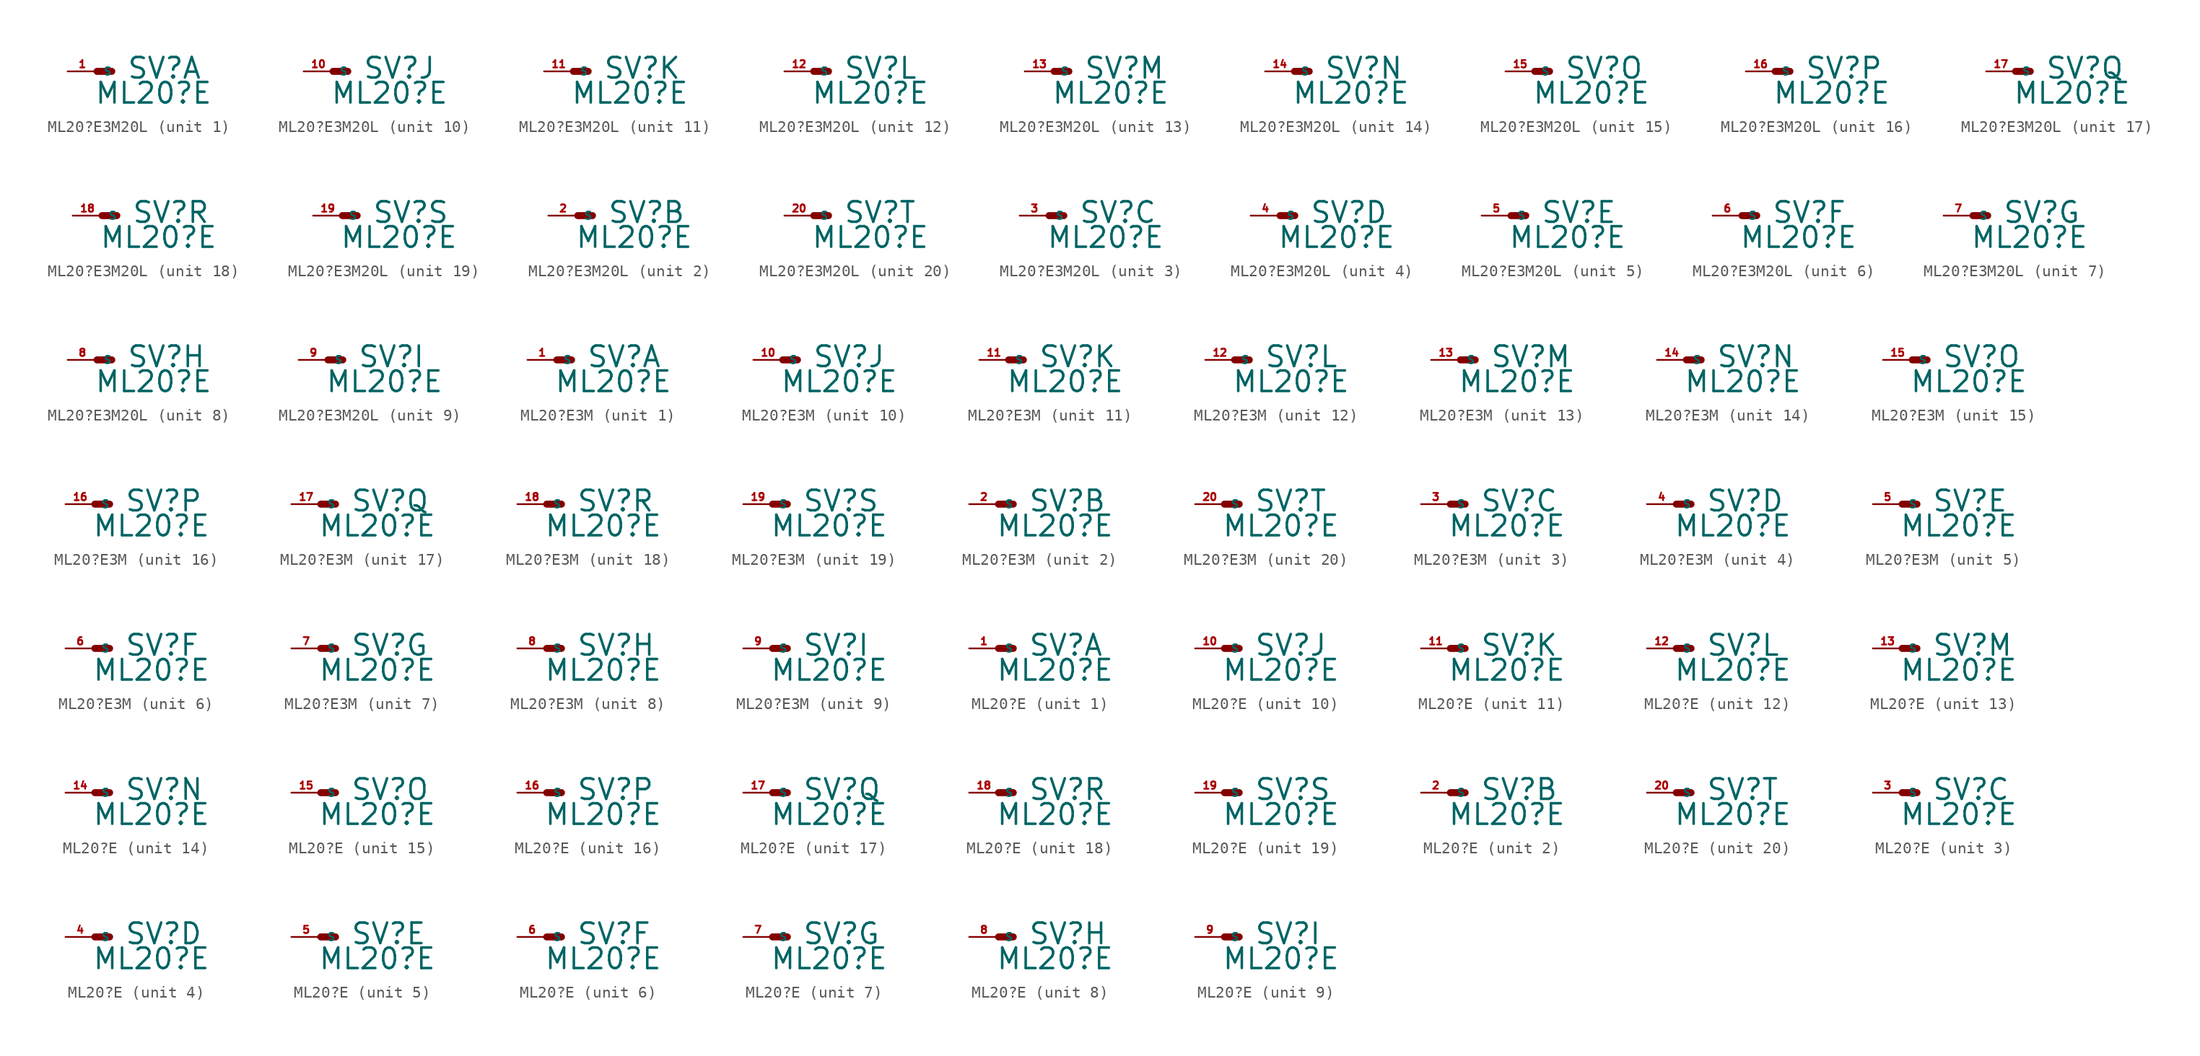
<source format=kicad_sym>
(kicad_symbol_lib
  (version 20220914)
  (generator Eagle2Kicad)
  (symbol "ML20?E3M20L"
    (property "Reference" "SV"
      (at 2.54 -0.762 0)
      (effects (font (size 1.778 1.778) (thickness 0.22)) (justify left bottom)))
    (property "Value" "ML20?E"
      (at -0.254 -2.921 0)
      (effects (font (size 1.778 1.778) (thickness 0.22)) (justify left bottom)))
    (symbol "ML20?E3M20L_1_0"
      (polyline (pts (xy 1.27 0) (xy 0 0)) (stroke (width 0.61) (type default)) (fill (type none)))
      (pin passive line (at -2.54 0 0) (length 2.54) (name "S" (effects (font (size 0.635 0.635) (thickness 0.08)) (justify left bottom))) (number "1" (effects (font (size 0.635 0.635) (thickness 0.08)) (justify left bottom)))))
    (symbol "ML20?E3M20L_2_0"
      (polyline (pts (xy 1.27 0) (xy 0 0)) (stroke (width 0.61) (type default)) (fill (type none)))
      (pin passive line (at -2.54 0 0) (length 2.54) (name "S" (effects (font (size 0.635 0.635) (thickness 0.08)) (justify left bottom))) (number "2" (effects (font (size 0.635 0.635) (thickness 0.08)) (justify left bottom)))))
    (symbol "ML20?E3M20L_3_0"
      (polyline (pts (xy 1.27 0) (xy 0 0)) (stroke (width 0.61) (type default)) (fill (type none)))
      (pin passive line (at -2.54 0 0) (length 2.54) (name "S" (effects (font (size 0.635 0.635) (thickness 0.08)) (justify left bottom))) (number "3" (effects (font (size 0.635 0.635) (thickness 0.08)) (justify left bottom)))))
    (symbol "ML20?E3M20L_4_0"
      (polyline (pts (xy 1.27 0) (xy 0 0)) (stroke (width 0.61) (type default)) (fill (type none)))
      (pin passive line (at -2.54 0 0) (length 2.54) (name "S" (effects (font (size 0.635 0.635) (thickness 0.08)) (justify left bottom))) (number "4" (effects (font (size 0.635 0.635) (thickness 0.08)) (justify left bottom)))))
    (symbol "ML20?E3M20L_5_0"
      (polyline (pts (xy 1.27 0) (xy 0 0)) (stroke (width 0.61) (type default)) (fill (type none)))
      (pin passive line (at -2.54 0 0) (length 2.54) (name "S" (effects (font (size 0.635 0.635) (thickness 0.08)) (justify left bottom))) (number "5" (effects (font (size 0.635 0.635) (thickness 0.08)) (justify left bottom)))))
    (symbol "ML20?E3M20L_6_0"
      (polyline (pts (xy 1.27 0) (xy 0 0)) (stroke (width 0.61) (type default)) (fill (type none)))
      (pin passive line (at -2.54 0 0) (length 2.54) (name "S" (effects (font (size 0.635 0.635) (thickness 0.08)) (justify left bottom))) (number "6" (effects (font (size 0.635 0.635) (thickness 0.08)) (justify left bottom)))))
    (symbol "ML20?E3M20L_7_0"
      (polyline (pts (xy 1.27 0) (xy 0 0)) (stroke (width 0.61) (type default)) (fill (type none)))
      (pin passive line (at -2.54 0 0) (length 2.54) (name "S" (effects (font (size 0.635 0.635) (thickness 0.08)) (justify left bottom))) (number "7" (effects (font (size 0.635 0.635) (thickness 0.08)) (justify left bottom)))))
    (symbol "ML20?E3M20L_8_0"
      (polyline (pts (xy 1.27 0) (xy 0 0)) (stroke (width 0.61) (type default)) (fill (type none)))
      (pin passive line (at -2.54 0 0) (length 2.54) (name "S" (effects (font (size 0.635 0.635) (thickness 0.08)) (justify left bottom))) (number "8" (effects (font (size 0.635 0.635) (thickness 0.08)) (justify left bottom)))))
    (symbol "ML20?E3M20L_9_0"
      (polyline (pts (xy 1.27 0) (xy 0 0)) (stroke (width 0.61) (type default)) (fill (type none)))
      (pin passive line (at -2.54 0 0) (length 2.54) (name "S" (effects (font (size 0.635 0.635) (thickness 0.08)) (justify left bottom))) (number "9" (effects (font (size 0.635 0.635) (thickness 0.08)) (justify left bottom)))))
    (symbol "ML20?E3M20L_10_0"
      (polyline (pts (xy 1.27 0) (xy 0 0)) (stroke (width 0.61) (type default)) (fill (type none)))
      (pin passive line (at -2.54 0 0) (length 2.54) (name "S" (effects (font (size 0.635 0.635) (thickness 0.08)) (justify left bottom))) (number "10" (effects (font (size 0.635 0.635) (thickness 0.08)) (justify left bottom)))))
    (symbol "ML20?E3M20L_11_0"
      (polyline (pts (xy 1.27 0) (xy 0 0)) (stroke (width 0.61) (type default)) (fill (type none)))
      (pin passive line (at -2.54 0 0) (length 2.54) (name "S" (effects (font (size 0.635 0.635) (thickness 0.08)) (justify left bottom))) (number "11" (effects (font (size 0.635 0.635) (thickness 0.08)) (justify left bottom)))))
    (symbol "ML20?E3M20L_12_0"
      (polyline (pts (xy 1.27 0) (xy 0 0)) (stroke (width 0.61) (type default)) (fill (type none)))
      (pin passive line (at -2.54 0 0) (length 2.54) (name "S" (effects (font (size 0.635 0.635) (thickness 0.08)) (justify left bottom))) (number "12" (effects (font (size 0.635 0.635) (thickness 0.08)) (justify left bottom)))))
    (symbol "ML20?E3M20L_13_0"
      (polyline (pts (xy 1.27 0) (xy 0 0)) (stroke (width 0.61) (type default)) (fill (type none)))
      (pin passive line (at -2.54 0 0) (length 2.54) (name "S" (effects (font (size 0.635 0.635) (thickness 0.08)) (justify left bottom))) (number "13" (effects (font (size 0.635 0.635) (thickness 0.08)) (justify left bottom)))))
    (symbol "ML20?E3M20L_14_0"
      (polyline (pts (xy 1.27 0) (xy 0 0)) (stroke (width 0.61) (type default)) (fill (type none)))
      (pin passive line (at -2.54 0 0) (length 2.54) (name "S" (effects (font (size 0.635 0.635) (thickness 0.08)) (justify left bottom))) (number "14" (effects (font (size 0.635 0.635) (thickness 0.08)) (justify left bottom)))))
    (symbol "ML20?E3M20L_15_0"
      (polyline (pts (xy 1.27 0) (xy 0 0)) (stroke (width 0.61) (type default)) (fill (type none)))
      (pin passive line (at -2.54 0 0) (length 2.54) (name "S" (effects (font (size 0.635 0.635) (thickness 0.08)) (justify left bottom))) (number "15" (effects (font (size 0.635 0.635) (thickness 0.08)) (justify left bottom)))))
    (symbol "ML20?E3M20L_16_0"
      (polyline (pts (xy 1.27 0) (xy 0 0)) (stroke (width 0.61) (type default)) (fill (type none)))
      (pin passive line (at -2.54 0 0) (length 2.54) (name "S" (effects (font (size 0.635 0.635) (thickness 0.08)) (justify left bottom))) (number "16" (effects (font (size 0.635 0.635) (thickness 0.08)) (justify left bottom)))))
    (symbol "ML20?E3M20L_17_0"
      (polyline (pts (xy 1.27 0) (xy 0 0)) (stroke (width 0.61) (type default)) (fill (type none)))
      (pin passive line (at -2.54 0 0) (length 2.54) (name "S" (effects (font (size 0.635 0.635) (thickness 0.08)) (justify left bottom))) (number "17" (effects (font (size 0.635 0.635) (thickness 0.08)) (justify left bottom)))))
    (symbol "ML20?E3M20L_18_0"
      (polyline (pts (xy 1.27 0) (xy 0 0)) (stroke (width 0.61) (type default)) (fill (type none)))
      (pin passive line (at -2.54 0 0) (length 2.54) (name "S" (effects (font (size 0.635 0.635) (thickness 0.08)) (justify left bottom))) (number "18" (effects (font (size 0.635 0.635) (thickness 0.08)) (justify left bottom)))))
    (symbol "ML20?E3M20L_19_0"
      (polyline (pts (xy 1.27 0) (xy 0 0)) (stroke (width 0.61) (type default)) (fill (type none)))
      (pin passive line (at -2.54 0 0) (length 2.54) (name "S" (effects (font (size 0.635 0.635) (thickness 0.08)) (justify left bottom))) (number "19" (effects (font (size 0.635 0.635) (thickness 0.08)) (justify left bottom)))))
    (symbol "ML20?E3M20L_20_0"
      (polyline (pts (xy 1.27 0) (xy 0 0)) (stroke (width 0.61) (type default)) (fill (type none)))
      (pin passive line (at -2.54 0 0) (length 2.54) (name "S" (effects (font (size 0.635 0.635) (thickness 0.08)) (justify left bottom))) (number "20" (effects (font (size 0.635 0.635) (thickness 0.08)) (justify left bottom))))))
  (symbol "ML20?E3M"
    (property "Reference" "SV"
      (at 2.54 -0.762 0)
      (effects (font (size 1.778 1.778) (thickness 0.22)) (justify left bottom)))
    (property "Value" "ML20?E"
      (at -0.254 -2.921 0)
      (effects (font (size 1.778 1.778) (thickness 0.22)) (justify left bottom)))
    (symbol "ML20?E3M_1_0"
      (polyline (pts (xy 1.27 0) (xy 0 0)) (stroke (width 0.61) (type default)) (fill (type none)))
      (pin passive line (at -2.54 0 0) (length 2.54) (name "S" (effects (font (size 0.635 0.635) (thickness 0.08)) (justify left bottom))) (number "1" (effects (font (size 0.635 0.635) (thickness 0.08)) (justify left bottom)))))
    (symbol "ML20?E3M_2_0"
      (polyline (pts (xy 1.27 0) (xy 0 0)) (stroke (width 0.61) (type default)) (fill (type none)))
      (pin passive line (at -2.54 0 0) (length 2.54) (name "S" (effects (font (size 0.635 0.635) (thickness 0.08)) (justify left bottom))) (number "2" (effects (font (size 0.635 0.635) (thickness 0.08)) (justify left bottom)))))
    (symbol "ML20?E3M_3_0"
      (polyline (pts (xy 1.27 0) (xy 0 0)) (stroke (width 0.61) (type default)) (fill (type none)))
      (pin passive line (at -2.54 0 0) (length 2.54) (name "S" (effects (font (size 0.635 0.635) (thickness 0.08)) (justify left bottom))) (number "3" (effects (font (size 0.635 0.635) (thickness 0.08)) (justify left bottom)))))
    (symbol "ML20?E3M_4_0"
      (polyline (pts (xy 1.27 0) (xy 0 0)) (stroke (width 0.61) (type default)) (fill (type none)))
      (pin passive line (at -2.54 0 0) (length 2.54) (name "S" (effects (font (size 0.635 0.635) (thickness 0.08)) (justify left bottom))) (number "4" (effects (font (size 0.635 0.635) (thickness 0.08)) (justify left bottom)))))
    (symbol "ML20?E3M_5_0"
      (polyline (pts (xy 1.27 0) (xy 0 0)) (stroke (width 0.61) (type default)) (fill (type none)))
      (pin passive line (at -2.54 0 0) (length 2.54) (name "S" (effects (font (size 0.635 0.635) (thickness 0.08)) (justify left bottom))) (number "5" (effects (font (size 0.635 0.635) (thickness 0.08)) (justify left bottom)))))
    (symbol "ML20?E3M_6_0"
      (polyline (pts (xy 1.27 0) (xy 0 0)) (stroke (width 0.61) (type default)) (fill (type none)))
      (pin passive line (at -2.54 0 0) (length 2.54) (name "S" (effects (font (size 0.635 0.635) (thickness 0.08)) (justify left bottom))) (number "6" (effects (font (size 0.635 0.635) (thickness 0.08)) (justify left bottom)))))
    (symbol "ML20?E3M_7_0"
      (polyline (pts (xy 1.27 0) (xy 0 0)) (stroke (width 0.61) (type default)) (fill (type none)))
      (pin passive line (at -2.54 0 0) (length 2.54) (name "S" (effects (font (size 0.635 0.635) (thickness 0.08)) (justify left bottom))) (number "7" (effects (font (size 0.635 0.635) (thickness 0.08)) (justify left bottom)))))
    (symbol "ML20?E3M_8_0"
      (polyline (pts (xy 1.27 0) (xy 0 0)) (stroke (width 0.61) (type default)) (fill (type none)))
      (pin passive line (at -2.54 0 0) (length 2.54) (name "S" (effects (font (size 0.635 0.635) (thickness 0.08)) (justify left bottom))) (number "8" (effects (font (size 0.635 0.635) (thickness 0.08)) (justify left bottom)))))
    (symbol "ML20?E3M_9_0"
      (polyline (pts (xy 1.27 0) (xy 0 0)) (stroke (width 0.61) (type default)) (fill (type none)))
      (pin passive line (at -2.54 0 0) (length 2.54) (name "S" (effects (font (size 0.635 0.635) (thickness 0.08)) (justify left bottom))) (number "9" (effects (font (size 0.635 0.635) (thickness 0.08)) (justify left bottom)))))
    (symbol "ML20?E3M_10_0"
      (polyline (pts (xy 1.27 0) (xy 0 0)) (stroke (width 0.61) (type default)) (fill (type none)))
      (pin passive line (at -2.54 0 0) (length 2.54) (name "S" (effects (font (size 0.635 0.635) (thickness 0.08)) (justify left bottom))) (number "10" (effects (font (size 0.635 0.635) (thickness 0.08)) (justify left bottom)))))
    (symbol "ML20?E3M_11_0"
      (polyline (pts (xy 1.27 0) (xy 0 0)) (stroke (width 0.61) (type default)) (fill (type none)))
      (pin passive line (at -2.54 0 0) (length 2.54) (name "S" (effects (font (size 0.635 0.635) (thickness 0.08)) (justify left bottom))) (number "11" (effects (font (size 0.635 0.635) (thickness 0.08)) (justify left bottom)))))
    (symbol "ML20?E3M_12_0"
      (polyline (pts (xy 1.27 0) (xy 0 0)) (stroke (width 0.61) (type default)) (fill (type none)))
      (pin passive line (at -2.54 0 0) (length 2.54) (name "S" (effects (font (size 0.635 0.635) (thickness 0.08)) (justify left bottom))) (number "12" (effects (font (size 0.635 0.635) (thickness 0.08)) (justify left bottom)))))
    (symbol "ML20?E3M_13_0"
      (polyline (pts (xy 1.27 0) (xy 0 0)) (stroke (width 0.61) (type default)) (fill (type none)))
      (pin passive line (at -2.54 0 0) (length 2.54) (name "S" (effects (font (size 0.635 0.635) (thickness 0.08)) (justify left bottom))) (number "13" (effects (font (size 0.635 0.635) (thickness 0.08)) (justify left bottom)))))
    (symbol "ML20?E3M_14_0"
      (polyline (pts (xy 1.27 0) (xy 0 0)) (stroke (width 0.61) (type default)) (fill (type none)))
      (pin passive line (at -2.54 0 0) (length 2.54) (name "S" (effects (font (size 0.635 0.635) (thickness 0.08)) (justify left bottom))) (number "14" (effects (font (size 0.635 0.635) (thickness 0.08)) (justify left bottom)))))
    (symbol "ML20?E3M_15_0"
      (polyline (pts (xy 1.27 0) (xy 0 0)) (stroke (width 0.61) (type default)) (fill (type none)))
      (pin passive line (at -2.54 0 0) (length 2.54) (name "S" (effects (font (size 0.635 0.635) (thickness 0.08)) (justify left bottom))) (number "15" (effects (font (size 0.635 0.635) (thickness 0.08)) (justify left bottom)))))
    (symbol "ML20?E3M_16_0"
      (polyline (pts (xy 1.27 0) (xy 0 0)) (stroke (width 0.61) (type default)) (fill (type none)))
      (pin passive line (at -2.54 0 0) (length 2.54) (name "S" (effects (font (size 0.635 0.635) (thickness 0.08)) (justify left bottom))) (number "16" (effects (font (size 0.635 0.635) (thickness 0.08)) (justify left bottom)))))
    (symbol "ML20?E3M_17_0"
      (polyline (pts (xy 1.27 0) (xy 0 0)) (stroke (width 0.61) (type default)) (fill (type none)))
      (pin passive line (at -2.54 0 0) (length 2.54) (name "S" (effects (font (size 0.635 0.635) (thickness 0.08)) (justify left bottom))) (number "17" (effects (font (size 0.635 0.635) (thickness 0.08)) (justify left bottom)))))
    (symbol "ML20?E3M_18_0"
      (polyline (pts (xy 1.27 0) (xy 0 0)) (stroke (width 0.61) (type default)) (fill (type none)))
      (pin passive line (at -2.54 0 0) (length 2.54) (name "S" (effects (font (size 0.635 0.635) (thickness 0.08)) (justify left bottom))) (number "18" (effects (font (size 0.635 0.635) (thickness 0.08)) (justify left bottom)))))
    (symbol "ML20?E3M_19_0"
      (polyline (pts (xy 1.27 0) (xy 0 0)) (stroke (width 0.61) (type default)) (fill (type none)))
      (pin passive line (at -2.54 0 0) (length 2.54) (name "S" (effects (font (size 0.635 0.635) (thickness 0.08)) (justify left bottom))) (number "19" (effects (font (size 0.635 0.635) (thickness 0.08)) (justify left bottom)))))
    (symbol "ML20?E3M_20_0"
      (polyline (pts (xy 1.27 0) (xy 0 0)) (stroke (width 0.61) (type default)) (fill (type none)))
      (pin passive line (at -2.54 0 0) (length 2.54) (name "S" (effects (font (size 0.635 0.635) (thickness 0.08)) (justify left bottom))) (number "20" (effects (font (size 0.635 0.635) (thickness 0.08)) (justify left bottom))))))
  (symbol "ML20?E"
    (property "Reference" "SV"
      (at 2.54 -0.762 0)
      (effects (font (size 1.778 1.778) (thickness 0.22)) (justify left bottom)))
    (property "Value" "ML20?E"
      (at -0.254 -2.921 0)
      (effects (font (size 1.778 1.778) (thickness 0.22)) (justify left bottom)))
    (symbol "ML20?E_1_0"
      (polyline (pts (xy 1.27 0) (xy 0 0)) (stroke (width 0.61) (type default)) (fill (type none)))
      (pin passive line (at -2.54 0 0) (length 2.54) (name "S" (effects (font (size 0.635 0.635) (thickness 0.08)) (justify left bottom))) (number "1" (effects (font (size 0.635 0.635) (thickness 0.08)) (justify left bottom)))))
    (symbol "ML20?E_2_0"
      (polyline (pts (xy 1.27 0) (xy 0 0)) (stroke (width 0.61) (type default)) (fill (type none)))
      (pin passive line (at -2.54 0 0) (length 2.54) (name "S" (effects (font (size 0.635 0.635) (thickness 0.08)) (justify left bottom))) (number "2" (effects (font (size 0.635 0.635) (thickness 0.08)) (justify left bottom)))))
    (symbol "ML20?E_3_0"
      (polyline (pts (xy 1.27 0) (xy 0 0)) (stroke (width 0.61) (type default)) (fill (type none)))
      (pin passive line (at -2.54 0 0) (length 2.54) (name "S" (effects (font (size 0.635 0.635) (thickness 0.08)) (justify left bottom))) (number "3" (effects (font (size 0.635 0.635) (thickness 0.08)) (justify left bottom)))))
    (symbol "ML20?E_4_0"
      (polyline (pts (xy 1.27 0) (xy 0 0)) (stroke (width 0.61) (type default)) (fill (type none)))
      (pin passive line (at -2.54 0 0) (length 2.54) (name "S" (effects (font (size 0.635 0.635) (thickness 0.08)) (justify left bottom))) (number "4" (effects (font (size 0.635 0.635) (thickness 0.08)) (justify left bottom)))))
    (symbol "ML20?E_5_0"
      (polyline (pts (xy 1.27 0) (xy 0 0)) (stroke (width 0.61) (type default)) (fill (type none)))
      (pin passive line (at -2.54 0 0) (length 2.54) (name "S" (effects (font (size 0.635 0.635) (thickness 0.08)) (justify left bottom))) (number "5" (effects (font (size 0.635 0.635) (thickness 0.08)) (justify left bottom)))))
    (symbol "ML20?E_6_0"
      (polyline (pts (xy 1.27 0) (xy 0 0)) (stroke (width 0.61) (type default)) (fill (type none)))
      (pin passive line (at -2.54 0 0) (length 2.54) (name "S" (effects (font (size 0.635 0.635) (thickness 0.08)) (justify left bottom))) (number "6" (effects (font (size 0.635 0.635) (thickness 0.08)) (justify left bottom)))))
    (symbol "ML20?E_7_0"
      (polyline (pts (xy 1.27 0) (xy 0 0)) (stroke (width 0.61) (type default)) (fill (type none)))
      (pin passive line (at -2.54 0 0) (length 2.54) (name "S" (effects (font (size 0.635 0.635) (thickness 0.08)) (justify left bottom))) (number "7" (effects (font (size 0.635 0.635) (thickness 0.08)) (justify left bottom)))))
    (symbol "ML20?E_8_0"
      (polyline (pts (xy 1.27 0) (xy 0 0)) (stroke (width 0.61) (type default)) (fill (type none)))
      (pin passive line (at -2.54 0 0) (length 2.54) (name "S" (effects (font (size 0.635 0.635) (thickness 0.08)) (justify left bottom))) (number "8" (effects (font (size 0.635 0.635) (thickness 0.08)) (justify left bottom)))))
    (symbol "ML20?E_9_0"
      (polyline (pts (xy 1.27 0) (xy 0 0)) (stroke (width 0.61) (type default)) (fill (type none)))
      (pin passive line (at -2.54 0 0) (length 2.54) (name "S" (effects (font (size 0.635 0.635) (thickness 0.08)) (justify left bottom))) (number "9" (effects (font (size 0.635 0.635) (thickness 0.08)) (justify left bottom)))))
    (symbol "ML20?E_10_0"
      (polyline (pts (xy 1.27 0) (xy 0 0)) (stroke (width 0.61) (type default)) (fill (type none)))
      (pin passive line (at -2.54 0 0) (length 2.54) (name "S" (effects (font (size 0.635 0.635) (thickness 0.08)) (justify left bottom))) (number "10" (effects (font (size 0.635 0.635) (thickness 0.08)) (justify left bottom)))))
    (symbol "ML20?E_11_0"
      (polyline (pts (xy 1.27 0) (xy 0 0)) (stroke (width 0.61) (type default)) (fill (type none)))
      (pin passive line (at -2.54 0 0) (length 2.54) (name "S" (effects (font (size 0.635 0.635) (thickness 0.08)) (justify left bottom))) (number "11" (effects (font (size 0.635 0.635) (thickness 0.08)) (justify left bottom)))))
    (symbol "ML20?E_12_0"
      (polyline (pts (xy 1.27 0) (xy 0 0)) (stroke (width 0.61) (type default)) (fill (type none)))
      (pin passive line (at -2.54 0 0) (length 2.54) (name "S" (effects (font (size 0.635 0.635) (thickness 0.08)) (justify left bottom))) (number "12" (effects (font (size 0.635 0.635) (thickness 0.08)) (justify left bottom)))))
    (symbol "ML20?E_13_0"
      (polyline (pts (xy 1.27 0) (xy 0 0)) (stroke (width 0.61) (type default)) (fill (type none)))
      (pin passive line (at -2.54 0 0) (length 2.54) (name "S" (effects (font (size 0.635 0.635) (thickness 0.08)) (justify left bottom))) (number "13" (effects (font (size 0.635 0.635) (thickness 0.08)) (justify left bottom)))))
    (symbol "ML20?E_14_0"
      (polyline (pts (xy 1.27 0) (xy 0 0)) (stroke (width 0.61) (type default)) (fill (type none)))
      (pin passive line (at -2.54 0 0) (length 2.54) (name "S" (effects (font (size 0.635 0.635) (thickness 0.08)) (justify left bottom))) (number "14" (effects (font (size 0.635 0.635) (thickness 0.08)) (justify left bottom)))))
    (symbol "ML20?E_15_0"
      (polyline (pts (xy 1.27 0) (xy 0 0)) (stroke (width 0.61) (type default)) (fill (type none)))
      (pin passive line (at -2.54 0 0) (length 2.54) (name "S" (effects (font (size 0.635 0.635) (thickness 0.08)) (justify left bottom))) (number "15" (effects (font (size 0.635 0.635) (thickness 0.08)) (justify left bottom)))))
    (symbol "ML20?E_16_0"
      (polyline (pts (xy 1.27 0) (xy 0 0)) (stroke (width 0.61) (type default)) (fill (type none)))
      (pin passive line (at -2.54 0 0) (length 2.54) (name "S" (effects (font (size 0.635 0.635) (thickness 0.08)) (justify left bottom))) (number "16" (effects (font (size 0.635 0.635) (thickness 0.08)) (justify left bottom)))))
    (symbol "ML20?E_17_0"
      (polyline (pts (xy 1.27 0) (xy 0 0)) (stroke (width 0.61) (type default)) (fill (type none)))
      (pin passive line (at -2.54 0 0) (length 2.54) (name "S" (effects (font (size 0.635 0.635) (thickness 0.08)) (justify left bottom))) (number "17" (effects (font (size 0.635 0.635) (thickness 0.08)) (justify left bottom)))))
    (symbol "ML20?E_18_0"
      (polyline (pts (xy 1.27 0) (xy 0 0)) (stroke (width 0.61) (type default)) (fill (type none)))
      (pin passive line (at -2.54 0 0) (length 2.54) (name "S" (effects (font (size 0.635 0.635) (thickness 0.08)) (justify left bottom))) (number "18" (effects (font (size 0.635 0.635) (thickness 0.08)) (justify left bottom)))))
    (symbol "ML20?E_19_0"
      (polyline (pts (xy 1.27 0) (xy 0 0)) (stroke (width 0.61) (type default)) (fill (type none)))
      (pin passive line (at -2.54 0 0) (length 2.54) (name "S" (effects (font (size 0.635 0.635) (thickness 0.08)) (justify left bottom))) (number "19" (effects (font (size 0.635 0.635) (thickness 0.08)) (justify left bottom)))))
    (symbol "ML20?E_20_0"
      (polyline (pts (xy 1.27 0) (xy 0 0)) (stroke (width 0.61) (type default)) (fill (type none)))
      (pin passive line (at -2.54 0 0) (length 2.54) (name "S" (effects (font (size 0.635 0.635) (thickness 0.08)) (justify left bottom))) (number "20" (effects (font (size 0.635 0.635) (thickness 0.08)) (justify left bottom)))))))
</source>
